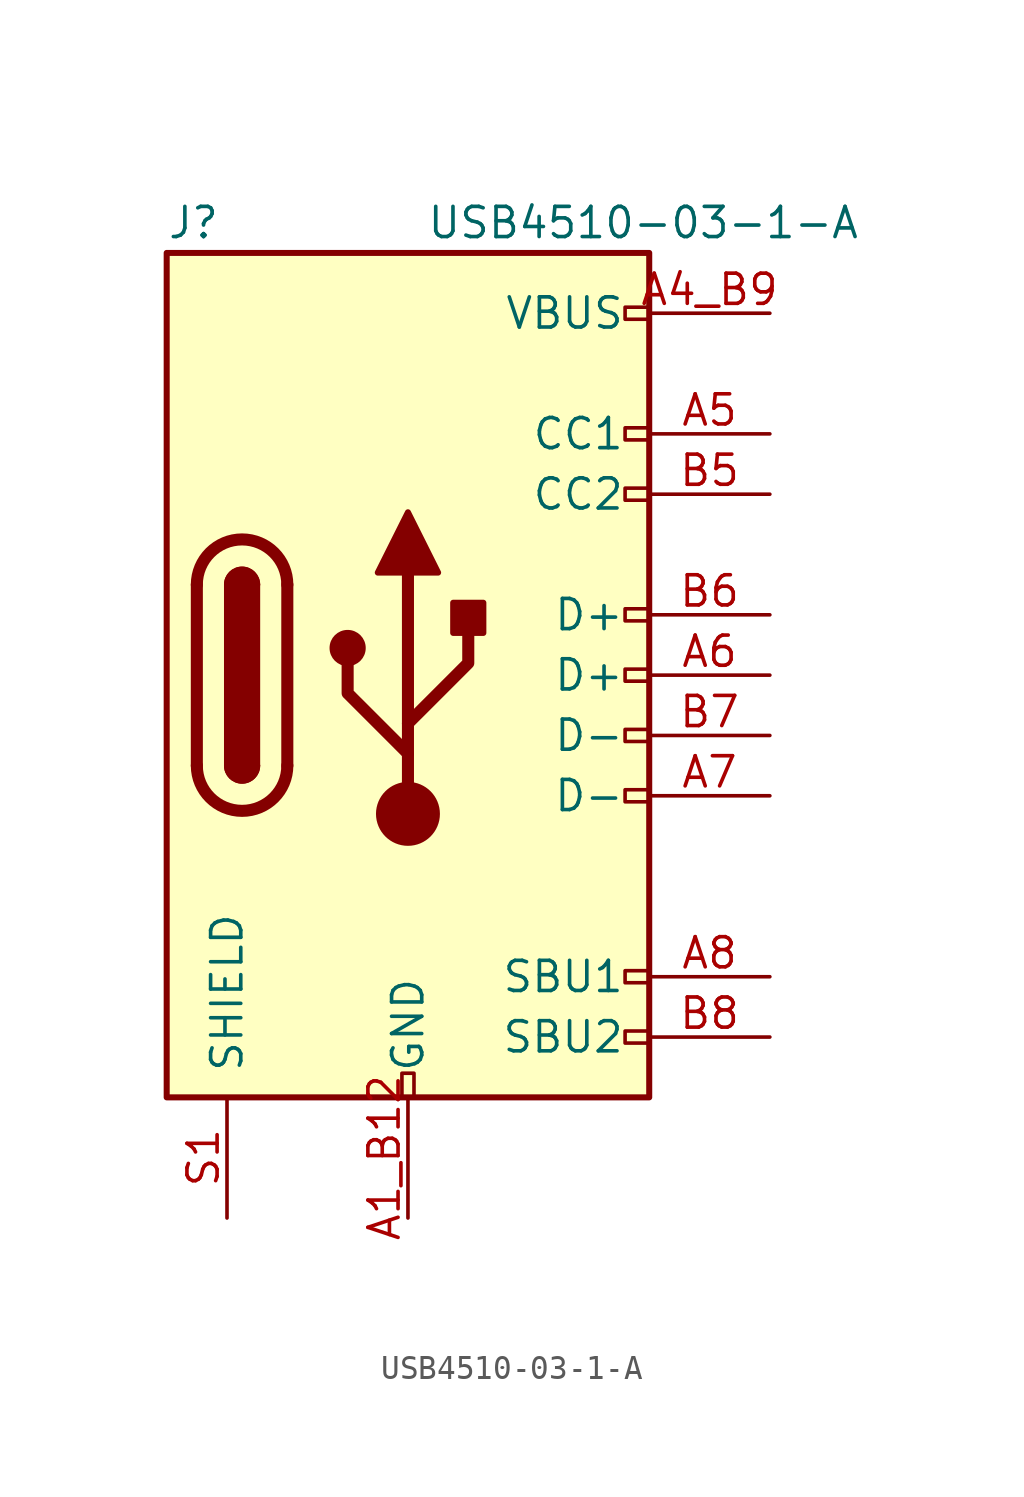
<source format=kicad_sym>
(kicad_symbol_lib
  (version 20211014)
  (generator kicad_symbol_editor)
  (symbol "USB4510-03-1-A"
    (pin_names
      (offset 1.016))
    (property "Reference" "J"
      (at -10.16 19.05 0)
      (effects (font (size 1.27 1.27)) (justify left)))
    (property "Value" "USB4510-03-1-A"
      (at 19.05 19.05 0)
      (effects (font (size 1.27 1.27)) (justify right)))
    (symbol "USB4510-03-1-A_0_0"
      (rectangle (start -0.254 -17.78) (end 0.254 -16.764) (stroke (width 0) (type default) (color 0 0 0 0)) (fill (type none)))
      (rectangle (start 10.16 -14.986) (end 9.144 -15.494) (stroke (width 0) (type default) (color 0 0 0 0)) (fill (type none)))
      (rectangle (start 10.16 -12.446) (end 9.144 -12.954) (stroke (width 0) (type default) (color 0 0 0 0)) (fill (type none)))
      (rectangle (start 10.16 -4.826) (end 9.144 -5.334) (stroke (width 0) (type default) (color 0 0 0 0)) (fill (type none)))
      (rectangle (start 10.16 -2.286) (end 9.144 -2.794) (stroke (width 0) (type default) (color 0 0 0 0)) (fill (type none)))
      (rectangle (start 10.16 0.254) (end 9.144 -0.254) (stroke (width 0) (type default) (color 0 0 0 0)) (fill (type none)))
      (rectangle (start 10.16 2.794) (end 9.144 2.286) (stroke (width 0) (type default) (color 0 0 0 0)) (fill (type none)))
      (rectangle (start 10.16 7.874) (end 9.144 7.366) (stroke (width 0) (type default) (color 0 0 0 0)) (fill (type none)))
      (rectangle (start 10.16 10.414) (end 9.144 9.906) (stroke (width 0) (type default) (color 0 0 0 0)) (fill (type none)))
      (rectangle (start 10.16 15.494) (end 9.144 14.986) (stroke (width 0) (type default) (color 0 0 0 0)) (fill (type none)))
      (pin passive line (at -7.62 -22.86 90) (length 5.08) hide (name "SHIELD" (effects (font (size 1.27 1.27)))) (number "S2" (effects (font (size 1.27 1.27)))))
      (pin passive line (at -7.62 -22.86 90) (length 5.08) hide (name "SHIELD" (effects (font (size 1.27 1.27)))) (number "S3" (effects (font (size 1.27 1.27)))))
      (pin passive line (at -7.62 -22.86 90) (length 5.08) hide (name "SHIELD" (effects (font (size 1.27 1.27)))) (number "S4" (effects (font (size 1.27 1.27))))))
    (symbol "USB4510-03-1-A_0_1"
      (rectangle (start -10.16 17.78) (end 10.16 -17.78) (stroke (width 0.254) (type default) (color 0 0 0 0)) (fill (type background)))
      (arc (start -8.89 -3.81) (mid -6.985 -5.715) (end -5.08 -3.81) (stroke (width 0.508) (type default) (color 0 0 0 0)) (fill (type none)))
      (arc (start -7.62 -3.81) (mid -6.985 -4.445) (end -6.35 -3.81) (stroke (width 0.254) (type default) (color 0 0 0 0)) (fill (type none)))
      (arc (start -7.62 -3.81) (mid -6.985 -4.445) (end -6.35 -3.81) (stroke (width 0.254) (type default) (color 0 0 0 0)) (fill (type outline)))
      (rectangle (start -7.62 -3.81) (end -6.35 3.81) (stroke (width 0.254) (type default) (color 0 0 0 0)) (fill (type outline)))
      (arc (start -6.35 3.81) (mid -6.985 4.445) (end -7.62 3.81) (stroke (width 0.254) (type default) (color 0 0 0 0)) (fill (type none)))
      (arc (start -6.35 3.81) (mid -6.985 4.445) (end -7.62 3.81) (stroke (width 0.254) (type default) (color 0 0 0 0)) (fill (type outline)))
      (arc (start -5.08 3.81) (mid -6.985 5.715) (end -8.89 3.81) (stroke (width 0.508) (type default) (color 0 0 0 0)) (fill (type none)))
      (circle (center -2.54 1.143) (radius 0.635) (stroke (width 0.254) (type default) (color 0 0 0 0)) (fill (type outline)))
      (circle (center 0 -5.842) (radius 1.27) (stroke (width 0) (type default) (color 0 0 0 0)) (fill (type outline)))
      (polyline (pts (xy -8.89 -3.81) (xy -8.89 3.81)) (stroke (width 0.508) (type default) (color 0 0 0 0)) (fill (type none)))
      (polyline (pts (xy -5.08 3.81) (xy -5.08 -3.81)) (stroke (width 0.508) (type default) (color 0 0 0 0)) (fill (type none)))
      (polyline (pts (xy 0 -5.842) (xy 0 4.318)) (stroke (width 0.508) (type default) (color 0 0 0 0)) (fill (type none)))
      (polyline (pts (xy 0 -3.302) (xy -2.54 -0.762) (xy -2.54 0.508)) (stroke (width 0.508) (type default) (color 0 0 0 0)) (fill (type none)))
      (polyline (pts (xy 0 -2.032) (xy 2.54 0.508) (xy 2.54 1.778)) (stroke (width 0.508) (type default) (color 0 0 0 0)) (fill (type none)))
      (polyline (pts (xy -1.27 4.318) (xy 0 6.858) (xy 1.27 4.318) (xy -1.27 4.318)) (stroke (width 0.254) (type default) (color 0 0 0 0)) (fill (type outline)))
      (rectangle (start 1.905 1.778) (end 3.175 3.048) (stroke (width 0.254) (type default) (color 0 0 0 0)) (fill (type outline))))
    (symbol "USB4510-03-1-A_1_1"
      (pin passive line (at 0 -22.86 90) (length 5.08) (name "GND" (effects (font (size 1.27 1.27)))) (number "A1_B12" (effects (font (size 1.27 1.27)))))
      (pin passive line (at 15.24 15.24 180) (length 5.08) (name "VBUS" (effects (font (size 1.27 1.27)))) (number "A4_B9" (effects (font (size 1.27 1.27)))))
      (pin bidirectional line (at 15.24 10.16 180) (length 5.08) (name "CC1" (effects (font (size 1.27 1.27)))) (number "A5" (effects (font (size 1.27 1.27)))))
      (pin bidirectional line (at 15.24 0 180) (length 5.08) (name "D+" (effects (font (size 1.27 1.27)))) (number "A6" (effects (font (size 1.27 1.27)))))
      (pin bidirectional line (at 15.24 -5.08 180) (length 5.08) (name "D-" (effects (font (size 1.27 1.27)))) (number "A7" (effects (font (size 1.27 1.27)))))
      (pin bidirectional line (at 15.24 -12.7 180) (length 5.08) (name "SBU1" (effects (font (size 1.27 1.27)))) (number "A8" (effects (font (size 1.27 1.27)))))
      (pin passive line (at 0 -22.86 90) (length 5.08) hide (name "GND" (effects (font (size 1.27 1.27)))) (number "B1_A12" (effects (font (size 1.27 1.27)))))
      (pin passive line (at 15.24 15.24 180) (length 5.08) hide (name "VBUS" (effects (font (size 1.27 1.27)))) (number "B4_A9" (effects (font (size 1.27 1.27)))))
      (pin bidirectional line (at 15.24 7.62 180) (length 5.08) (name "CC2" (effects (font (size 1.27 1.27)))) (number "B5" (effects (font (size 1.27 1.27)))))
      (pin bidirectional line (at 15.24 2.54 180) (length 5.08) (name "D+" (effects (font (size 1.27 1.27)))) (number "B6" (effects (font (size 1.27 1.27)))))
      (pin bidirectional line (at 15.24 -2.54 180) (length 5.08) (name "D-" (effects (font (size 1.27 1.27)))) (number "B7" (effects (font (size 1.27 1.27)))))
      (pin bidirectional line (at 15.24 -15.24 180) (length 5.08) (name "SBU2" (effects (font (size 1.27 1.27)))) (number "B8" (effects (font (size 1.27 1.27)))))
      (pin passive line (at -7.62 -22.86 90) (length 5.08) (name "SHIELD" (effects (font (size 1.27 1.27)))) (number "S1" (effects (font (size 1.27 1.27))))))))
</source>
